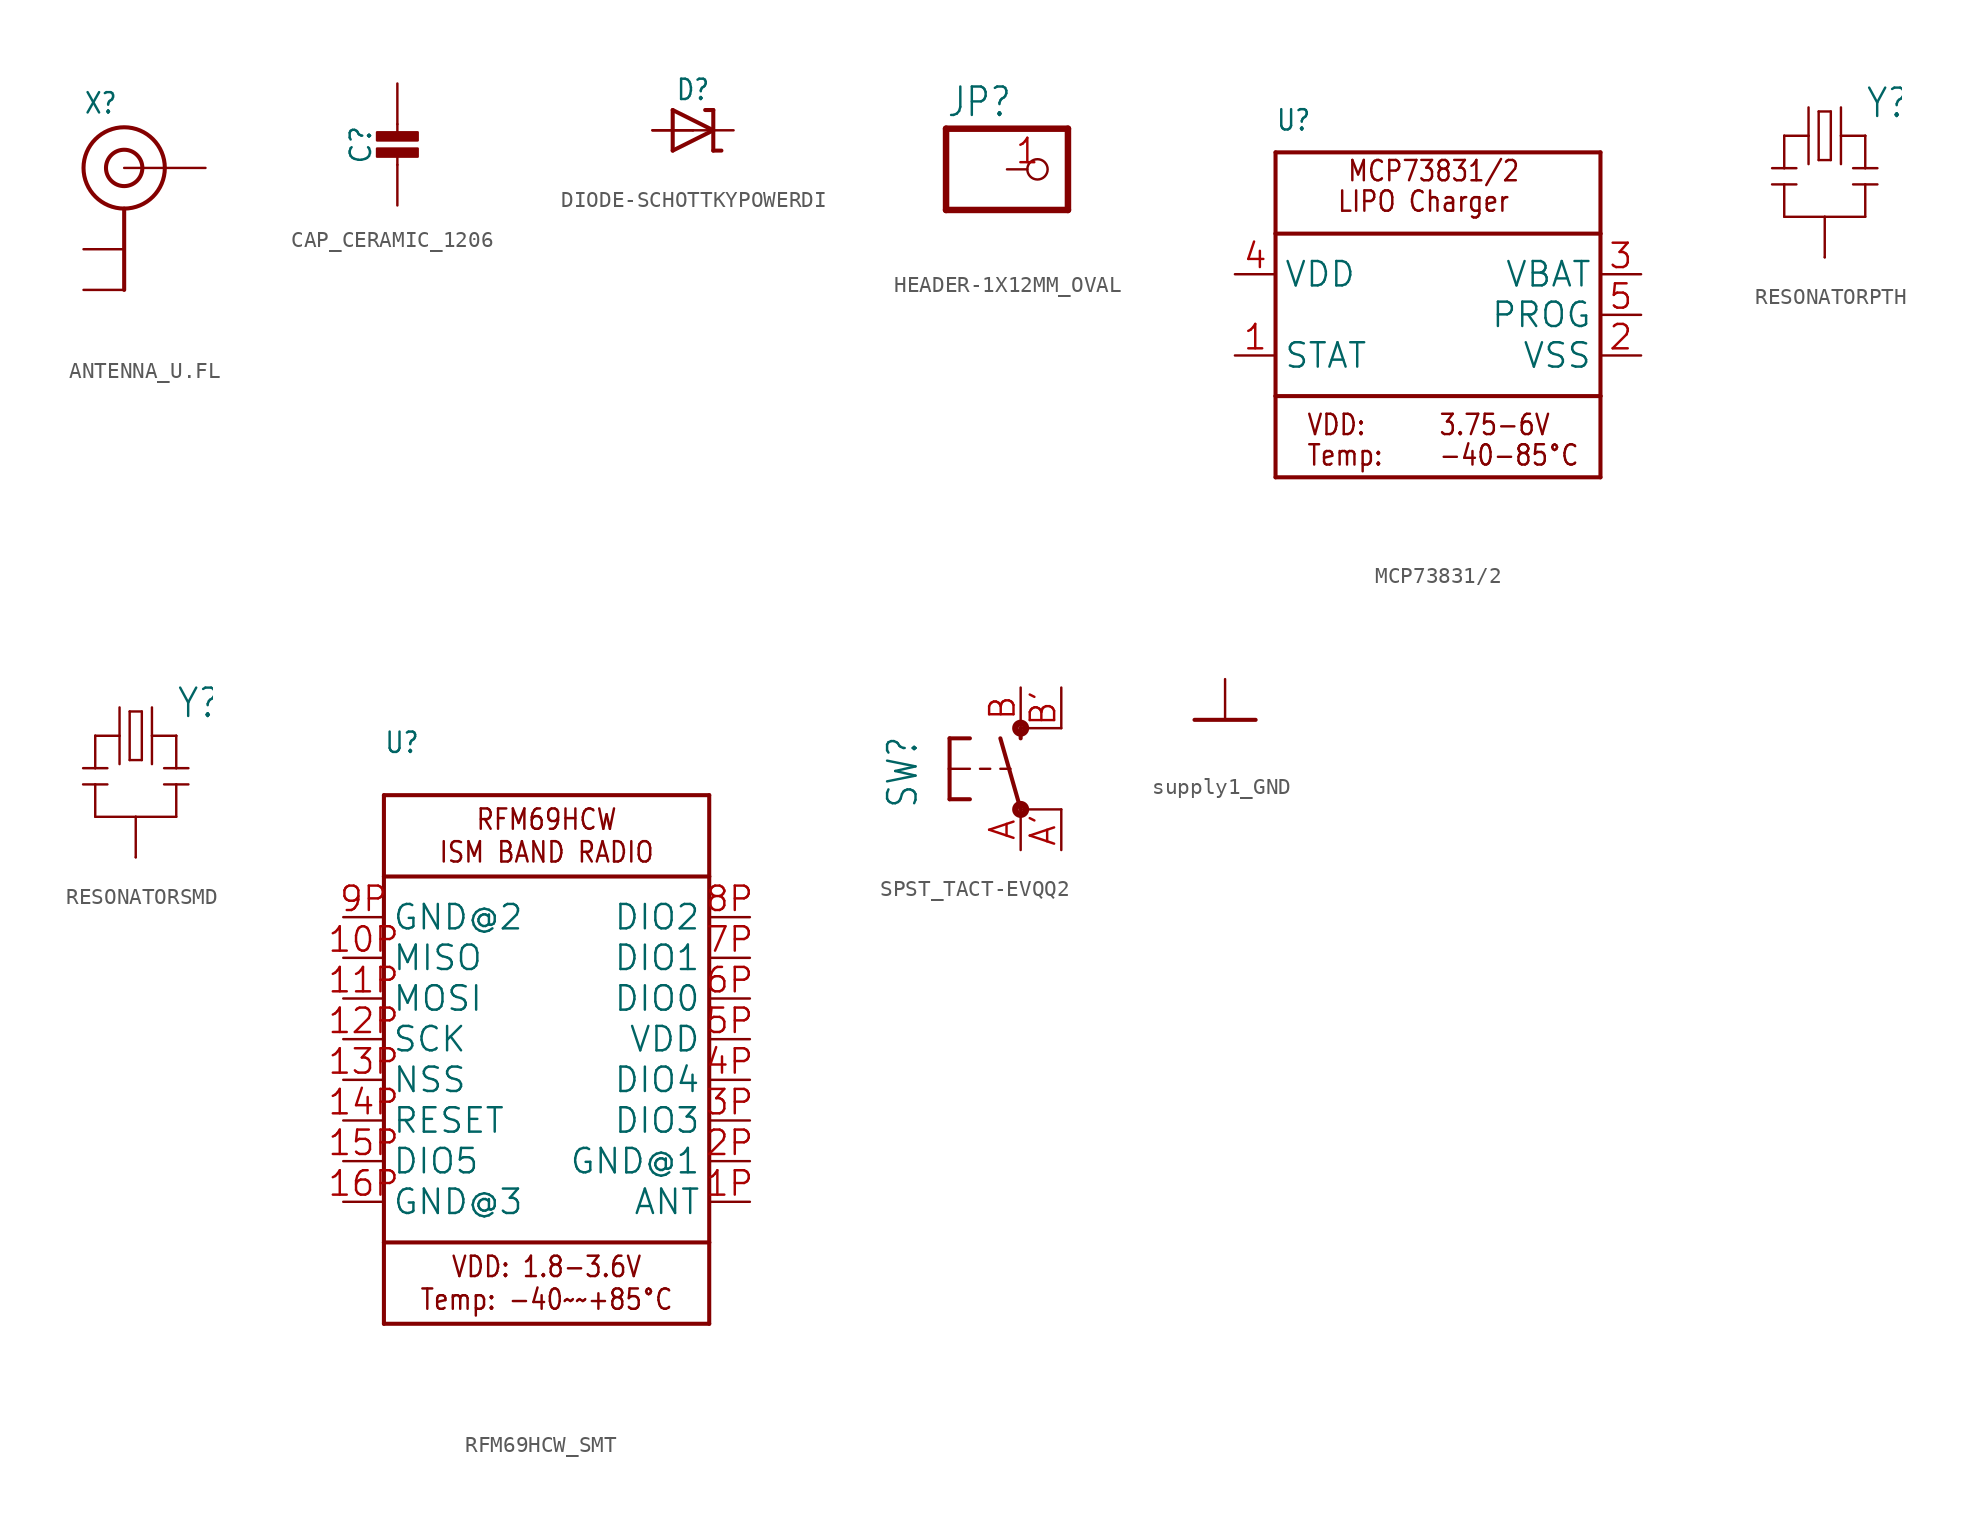
<source format=kicad_sym>
(kicad_symbol_lib
  (version 20241209)
  (generator "kicad_symbol_editor")
  (generator_version "9.0")
  (symbol "ANTENNA_U.FL"
    (property "Reference" "X"
      (at -2.54 3.302 0)
      (effects (font (size 1.27 1.079)) (justify left bottom)))
    (property "Value" ""
      (at -2.54 -10.16 0)
      (effects (font (size 1.27 1.079)) (justify left bottom)))
    (property "ki_locked" ""
      (at 0 0 0)
      (effects (font (size 1.27 1.27))))
    (symbol "ANTENNA_U.FL_1_0"
      (circle (center 0 0) (radius 1.136) (stroke (width 0.254) (type solid)) (fill (type none)))
      (circle (center 0 0) (radius 2.54) (stroke (width 0.254) (type solid)) (fill (type none)))
      (polyline (pts (xy 0 -2.54) (xy 0 -7.62)) (stroke (width 0.254) (type solid)) (fill (type none)))
      (pin passive line (at -2.54 -5.08 0) (length 2.54) (name "GND@0" (effects (font (size 0 0)))) (number "1" (effects (font (size 0 0)))))
      (pin passive line (at -2.54 -7.62 0) (length 2.54) (name "GND@1" (effects (font (size 0 0)))) (number "2" (effects (font (size 0 0)))))
      (pin passive line (at 5.08 0 180) (length 5.08) (name "SIGNAL" (effects (font (size 0 0)))) (number "3" (effects (font (size 0 0)))))))
  (symbol "CAP_CERAMIC_1206"
    (property "Reference" "C"
      (at -2.29 1.25 90)
      (effects (font (size 1.27 1.27))))
    (property "Value" ""
      (at 2.3 1.25 90)
      (effects (font (size 1.27 1.27))))
    (property "ki_locked" ""
      (at 0 0 0)
      (effects (font (size 1.27 1.27))))
    (symbol "CAP_CERAMIC_1206_1_0"
      (rectangle (start -1.27 1.524) (end 1.27 2.032) (stroke (width 0) (type default)) (fill (type outline)))
      (rectangle (start -1.27 0.508) (end 1.27 1.016) (stroke (width 0) (type default)) (fill (type outline)))
      (polyline (pts (xy 0 2.54) (xy 0 1.778)) (stroke (width 0.152) (type solid)) (fill (type none)))
      (polyline (pts (xy 0 0.762) (xy 0 0)) (stroke (width 0.152) (type solid)) (fill (type none)))
      (pin passive line (at 0 5.08 270) (length 2.54) (name "1" (effects (font (size 0 0)))) (number "1" (effects (font (size 0 0)))))
      (pin passive line (at 0 -2.54 90) (length 2.54) (name "2" (effects (font (size 0 0)))) (number "2" (effects (font (size 0 0)))))))
  (symbol "DIODE-SCHOTTKYPOWERDI"
    (property "Reference" "D"
      (at 0 2.54 0)
      (effects (font (size 1.27 1.079))))
    (property "Value" ""
      (at 0 -2.5 0)
      (effects (font (size 1.27 1.079))))
    (property "ki_locked" ""
      (at 0 0 0)
      (effects (font (size 1.27 1.27))))
    (symbol "DIODE-SCHOTTKYPOWERDI_1_0"
      (polyline (pts (xy -1.27 1.27) (xy -1.27 -1.27)) (stroke (width 0.254) (type solid)) (fill (type none)))
      (polyline (pts (xy -1.27 -1.27) (xy 1.27 0)) (stroke (width 0.254) (type solid)) (fill (type none)))
      (polyline (pts (xy 1.27 1.27) (xy 0.762 1.27)) (stroke (width 0.254) (type solid)) (fill (type none)))
      (polyline (pts (xy 1.27 1.27) (xy 1.27 0)) (stroke (width 0.254) (type solid)) (fill (type none)))
      (polyline (pts (xy 1.27 0) (xy -1.27 1.27)) (stroke (width 0.254) (type solid)) (fill (type none)))
      (polyline (pts (xy 1.27 0) (xy 1.27 -1.27)) (stroke (width 0.254) (type solid)) (fill (type none)))
      (polyline (pts (xy 1.27 -1.27) (xy 1.778 -1.27)) (stroke (width 0.254) (type solid)) (fill (type none)))
      (pin passive line (at -2.54 0 0) (length 2.54) (name "A" (effects (font (size 0 0)))) (number "A1" (effects (font (size 0 0)))))
      (pin passive line (at -2.54 0 0) (length 2.54) (name "A" (effects (font (size 0 0)))) (number "A2" (effects (font (size 0 0)))))
      (pin passive line (at 2.54 0 180) (length 2.54) (name "C" (effects (font (size 0 0)))) (number "C" (effects (font (size 0 0)))))))
  (symbol "HEADER-1X12MM_OVAL"
    (property "Reference" "JP"
      (at -6.35 3.175 0)
      (effects (font (size 1.778 1.511)) (justify left bottom)))
    (property "Value" ""
      (at -6.35 -5.08 0)
      (effects (font (size 1.778 1.511)) (justify left bottom)))
    (property "ki_locked" ""
      (at 0 0 0)
      (effects (font (size 1.27 1.27))))
    (symbol "HEADER-1X12MM_OVAL_1_0"
      (polyline (pts (xy -6.35 2.54) (xy -6.35 -2.54)) (stroke (width 0.406) (type solid)) (fill (type none)))
      (polyline (pts (xy -6.35 -2.54) (xy 1.27 -2.54)) (stroke (width 0.406) (type solid)) (fill (type none)))
      (polyline (pts (xy 1.27 2.54) (xy -6.35 2.54)) (stroke (width 0.406) (type solid)) (fill (type none)))
      (polyline (pts (xy 1.27 -2.54) (xy 1.27 2.54)) (stroke (width 0.406) (type solid)) (fill (type none)))
      (pin passive inverted (at -2.54 0 0) (length 2.54) (name "1" (effects (font (size 0 0)))) (number "1" (effects (font (size 1.524 1.524)))))))
  (symbol "MCP73831/2"
    (property "Reference" "U"
      (at -10.16 11.43 0)
      (effects (font (size 1.27 1.079)) (justify left bottom)))
    (property "Value" ""
      (at -10.16 -12.7 0)
      (effects (font (size 1.27 1.079)) (justify left bottom)))
    (property "ki_locked" ""
      (at 0 0 0)
      (effects (font (size 1.27 1.27))))
    (symbol "MCP73831/2_1_0"
      (polyline (pts (xy -10.16 10.16) (xy -10.16 5.08)) (stroke (width 0.254) (type solid)) (fill (type none)))
      (polyline (pts (xy -10.16 10.16) (xy 10.16 10.16)) (stroke (width 0.254) (type solid)) (fill (type none)))
      (polyline (pts (xy -10.16 5.08) (xy 10.16 5.08)) (stroke (width 0.254) (type solid)) (fill (type none)))
      (polyline (pts (xy -10.16 -5.08) (xy -10.16 5.08)) (stroke (width 0.254) (type solid)) (fill (type none)))
      (polyline (pts (xy -10.16 -5.08) (xy -10.16 -10.16)) (stroke (width 0.254) (type solid)) (fill (type none)))
      (polyline (pts (xy 10.16 10.16) (xy 10.16 5.08)) (stroke (width 0.254) (type solid)) (fill (type none)))
      (polyline (pts (xy 10.16 5.08) (xy 10.16 -5.08)) (stroke (width 0.254) (type solid)) (fill (type none)))
      (polyline (pts (xy 10.16 -5.08) (xy -10.16 -5.08)) (stroke (width 0.254) (type solid)) (fill (type none)))
      (polyline (pts (xy 10.16 -5.08) (xy 10.16 -10.16)) (stroke (width 0.254) (type solid)) (fill (type none)))
      (polyline (pts (xy 10.16 -10.16) (xy -10.16 -10.16)) (stroke (width 0.254) (type solid)) (fill (type none)))
      (text "VDD:" (at -8.255 -7.62 0) (effects (font (size 1.27 1.079)) (justify left bottom)))
      (text "Temp:" (at -8.255 -9.525 0) (effects (font (size 1.27 1.079)) (justify left bottom)))
      (text "LIPO Charger" (at -6.35 6.35 0) (effects (font (size 1.27 1.079)) (justify left bottom)))
      (text "MCP73831/2" (at -5.715 8.255 0) (effects (font (size 1.27 1.079)) (justify left bottom)))
      (text "3.75-6V" (at 0 -7.62 0) (effects (font (size 1.27 1.079)) (justify left bottom)))
      (text "-40-85°C" (at 0 -9.525 0) (effects (font (size 1.27 1.079)) (justify left bottom)))
      (pin power_in line (at -12.7 2.54 0) (length 2.54) (name "VDD" (effects (font (size 1.524 1.524)))) (number "4" (effects (font (size 1.524 1.524)))))
      (pin output line (at -12.7 -2.54 0) (length 2.54) (name "STAT" (effects (font (size 1.524 1.524)))) (number "1" (effects (font (size 1.524 1.524)))))
      (pin power_in line (at 12.7 2.54 180) (length 2.54) (name "VBAT" (effects (font (size 1.524 1.524)))) (number "3" (effects (font (size 1.524 1.524)))))
      (pin input line (at 12.7 0 180) (length 2.54) (name "PROG" (effects (font (size 1.524 1.524)))) (number "5" (effects (font (size 1.524 1.524)))))
      (pin power_in line (at 12.7 -2.54 180) (length 2.54) (name "VSS" (effects (font (size 1.524 1.524)))) (number "2" (effects (font (size 1.524 1.524)))))))
  (symbol "RESONATORPTH"
    (property "Reference" "Y"
      (at 2.54 1.016 0)
      (effects (font (size 1.778 1.511)) (justify left bottom)))
    (property "Value" ""
      (at 2.54 -7.62 0)
      (effects (font (size 1.778 1.511)) (justify left bottom)))
    (property "ki_locked" ""
      (at 0 0 0)
      (effects (font (size 1.27 1.27))))
    (symbol "RESONATORPTH_1_0"
      (polyline (pts (xy -2.54 0) (xy -1.016 0)) (stroke (width 0.152) (type solid)) (fill (type none)))
      (polyline (pts (xy -2.54 -2.032) (xy -3.302 -2.032)) (stroke (width 0.152) (type solid)) (fill (type none)))
      (polyline (pts (xy -2.54 -2.032) (xy -2.54 0)) (stroke (width 0.152) (type solid)) (fill (type none)))
      (polyline (pts (xy -2.54 -3.048) (xy -3.302 -3.048)) (stroke (width 0.152) (type solid)) (fill (type none)))
      (polyline (pts (xy -2.54 -3.048) (xy -2.54 -5.08)) (stroke (width 0.152) (type solid)) (fill (type none)))
      (polyline (pts (xy -1.778 -2.032) (xy -2.54 -2.032)) (stroke (width 0.152) (type solid)) (fill (type none)))
      (polyline (pts (xy -1.778 -3.048) (xy -2.54 -3.048)) (stroke (width 0.152) (type solid)) (fill (type none)))
      (polyline (pts (xy -1.016 1.778) (xy -1.016 0)) (stroke (width 0.152) (type solid)) (fill (type none)))
      (polyline (pts (xy -1.016 0) (xy -1.016 -1.778)) (stroke (width 0.152) (type solid)) (fill (type none)))
      (polyline (pts (xy -0.381 1.524) (xy -0.381 -1.524)) (stroke (width 0.152) (type solid)) (fill (type none)))
      (polyline (pts (xy -0.381 -1.524) (xy 0.381 -1.524)) (stroke (width 0.152) (type solid)) (fill (type none)))
      (polyline (pts (xy 0 -5.08) (xy -2.54 -5.08)) (stroke (width 0.152) (type solid)) (fill (type none)))
      (polyline (pts (xy 0 -5.08) (xy 0 -7.62)) (stroke (width 0.152) (type solid)) (fill (type none)))
      (polyline (pts (xy 0.381 1.524) (xy -0.381 1.524)) (stroke (width 0.152) (type solid)) (fill (type none)))
      (polyline (pts (xy 0.381 -1.524) (xy 0.381 1.524)) (stroke (width 0.152) (type solid)) (fill (type none)))
      (polyline (pts (xy 1.016 1.778) (xy 1.016 0)) (stroke (width 0.152) (type solid)) (fill (type none)))
      (polyline (pts (xy 1.016 0) (xy 1.016 -1.778)) (stroke (width 0.152) (type solid)) (fill (type none)))
      (polyline (pts (xy 1.016 0) (xy 2.54 0)) (stroke (width 0.152) (type solid)) (fill (type none)))
      (polyline (pts (xy 2.54 0) (xy 2.54 -2.032)) (stroke (width 0.152) (type solid)) (fill (type none)))
      (polyline (pts (xy 2.54 -2.032) (xy 1.778 -2.032)) (stroke (width 0.152) (type solid)) (fill (type none)))
      (polyline (pts (xy 2.54 -3.048) (xy 1.778 -3.048)) (stroke (width 0.152) (type solid)) (fill (type none)))
      (polyline (pts (xy 2.54 -3.048) (xy 2.54 -5.08)) (stroke (width 0.152) (type solid)) (fill (type none)))
      (polyline (pts (xy 2.54 -5.08) (xy 0 -5.08)) (stroke (width 0.152) (type solid)) (fill (type none)))
      (polyline (pts (xy 3.302 -2.032) (xy 2.54 -2.032)) (stroke (width 0.152) (type solid)) (fill (type none)))
      (polyline (pts (xy 3.302 -3.048) (xy 2.54 -3.048)) (stroke (width 0.152) (type solid)) (fill (type none)))
      (pin passive line (at -2.54 0 0) (length 0) (name "1" (effects (font (size 0 0)))) (number "1" (effects (font (size 0 0)))))
      (pin passive line (at 0 -7.62 90) (length 0) (name "2" (effects (font (size 0 0)))) (number "2" (effects (font (size 0 0)))))
      (pin passive line (at 2.54 0 180) (length 0) (name "3" (effects (font (size 0 0)))) (number "3" (effects (font (size 0 0)))))))
  (symbol "RESONATORSMD"
    (property "Reference" "Y"
      (at 2.54 1.016 0)
      (effects (font (size 1.778 1.511)) (justify left bottom)))
    (property "Value" ""
      (at 2.54 -7.62 0)
      (effects (font (size 1.778 1.511)) (justify left bottom)))
    (property "ki_locked" ""
      (at 0 0 0)
      (effects (font (size 1.27 1.27))))
    (symbol "RESONATORSMD_1_0"
      (polyline (pts (xy -2.54 0) (xy -1.016 0)) (stroke (width 0.152) (type solid)) (fill (type none)))
      (polyline (pts (xy -2.54 -2.032) (xy -3.302 -2.032)) (stroke (width 0.152) (type solid)) (fill (type none)))
      (polyline (pts (xy -2.54 -2.032) (xy -2.54 0)) (stroke (width 0.152) (type solid)) (fill (type none)))
      (polyline (pts (xy -2.54 -3.048) (xy -3.302 -3.048)) (stroke (width 0.152) (type solid)) (fill (type none)))
      (polyline (pts (xy -2.54 -3.048) (xy -2.54 -5.08)) (stroke (width 0.152) (type solid)) (fill (type none)))
      (polyline (pts (xy -1.778 -2.032) (xy -2.54 -2.032)) (stroke (width 0.152) (type solid)) (fill (type none)))
      (polyline (pts (xy -1.778 -3.048) (xy -2.54 -3.048)) (stroke (width 0.152) (type solid)) (fill (type none)))
      (polyline (pts (xy -1.016 1.778) (xy -1.016 0)) (stroke (width 0.152) (type solid)) (fill (type none)))
      (polyline (pts (xy -1.016 0) (xy -1.016 -1.778)) (stroke (width 0.152) (type solid)) (fill (type none)))
      (polyline (pts (xy -0.381 1.524) (xy -0.381 -1.524)) (stroke (width 0.152) (type solid)) (fill (type none)))
      (polyline (pts (xy -0.381 -1.524) (xy 0.381 -1.524)) (stroke (width 0.152) (type solid)) (fill (type none)))
      (polyline (pts (xy 0 -5.08) (xy -2.54 -5.08)) (stroke (width 0.152) (type solid)) (fill (type none)))
      (polyline (pts (xy 0 -5.08) (xy 0 -7.62)) (stroke (width 0.152) (type solid)) (fill (type none)))
      (polyline (pts (xy 0.381 1.524) (xy -0.381 1.524)) (stroke (width 0.152) (type solid)) (fill (type none)))
      (polyline (pts (xy 0.381 -1.524) (xy 0.381 1.524)) (stroke (width 0.152) (type solid)) (fill (type none)))
      (polyline (pts (xy 1.016 1.778) (xy 1.016 0)) (stroke (width 0.152) (type solid)) (fill (type none)))
      (polyline (pts (xy 1.016 0) (xy 1.016 -1.778)) (stroke (width 0.152) (type solid)) (fill (type none)))
      (polyline (pts (xy 1.016 0) (xy 2.54 0)) (stroke (width 0.152) (type solid)) (fill (type none)))
      (polyline (pts (xy 2.54 0) (xy 2.54 -2.032)) (stroke (width 0.152) (type solid)) (fill (type none)))
      (polyline (pts (xy 2.54 -2.032) (xy 1.778 -2.032)) (stroke (width 0.152) (type solid)) (fill (type none)))
      (polyline (pts (xy 2.54 -3.048) (xy 1.778 -3.048)) (stroke (width 0.152) (type solid)) (fill (type none)))
      (polyline (pts (xy 2.54 -3.048) (xy 2.54 -5.08)) (stroke (width 0.152) (type solid)) (fill (type none)))
      (polyline (pts (xy 2.54 -5.08) (xy 0 -5.08)) (stroke (width 0.152) (type solid)) (fill (type none)))
      (polyline (pts (xy 3.302 -2.032) (xy 2.54 -2.032)) (stroke (width 0.152) (type solid)) (fill (type none)))
      (polyline (pts (xy 3.302 -3.048) (xy 2.54 -3.048)) (stroke (width 0.152) (type solid)) (fill (type none)))
      (pin passive line (at -2.54 0 0) (length 0) (name "1" (effects (font (size 0 0)))) (number "1" (effects (font (size 0 0)))))
      (pin passive line (at 0 -7.62 90) (length 0) (name "2" (effects (font (size 0 0)))) (number "2" (effects (font (size 0 0)))))
      (pin passive line (at 2.54 0 180) (length 0) (name "3" (effects (font (size 0 0)))) (number "3" (effects (font (size 0 0)))))))
  (symbol "RFM69HCW_SMT"
    (property "Reference" "U"
      (at -10.16 17.78 0)
      (effects (font (size 1.27 1.079)) (justify left bottom)))
    (property "Value" ""
      (at -10.16 -20.32 0)
      (effects (font (size 1.27 1.079)) (justify left bottom)))
    (property "ki_locked" ""
      (at 0 0 0)
      (effects (font (size 1.27 1.27))))
    (symbol "RFM69HCW_SMT_1_0"
      (polyline (pts (xy -10.16 15.24) (xy 10.16 15.24)) (stroke (width 0.254) (type solid)) (fill (type none)))
      (polyline (pts (xy -10.16 10.16) (xy -10.16 15.24)) (stroke (width 0.254) (type solid)) (fill (type none)))
      (polyline (pts (xy -10.16 10.16) (xy 10.16 10.16)) (stroke (width 0.254) (type solid)) (fill (type none)))
      (polyline (pts (xy -10.16 -12.7) (xy -10.16 10.16)) (stroke (width 0.254) (type solid)) (fill (type none)))
      (polyline (pts (xy -10.16 -12.7) (xy -10.16 -17.78)) (stroke (width 0.254) (type solid)) (fill (type none)))
      (polyline (pts (xy -10.16 -17.78) (xy 10.16 -17.78)) (stroke (width 0.254) (type solid)) (fill (type none)))
      (polyline (pts (xy 10.16 15.24) (xy 10.16 10.16)) (stroke (width 0.254) (type solid)) (fill (type none)))
      (polyline (pts (xy 10.16 10.16) (xy 10.16 -12.7)) (stroke (width 0.254) (type solid)) (fill (type none)))
      (polyline (pts (xy 10.16 -12.7) (xy -10.16 -12.7)) (stroke (width 0.254) (type solid)) (fill (type none)))
      (polyline (pts (xy 10.16 -17.78) (xy 10.16 -12.7)) (stroke (width 0.254) (type solid)) (fill (type none)))
      (text "RFM69HCW\nISM BAND RADIO" (at 0 12.7 0) (effects (font (size 1.27 1.079))))
      (text "VDD: 1.8-3.6V\nTemp: -40~~+85°C" (at 0 -15.24 0) (effects (font (size 1.27 1.079))))
      (pin power_in line (at -12.7 7.62 0) (length 2.54) (name "GND@2" (effects (font (size 1.524 1.524)))) (number "9P" (effects (font (size 1.524 1.524)))))
      (pin output line (at -12.7 5.08 0) (length 2.54) (name "MISO" (effects (font (size 1.524 1.524)))) (number "10P" (effects (font (size 1.524 1.524)))))
      (pin input line (at -12.7 2.54 0) (length 2.54) (name "MOSI" (effects (font (size 1.524 1.524)))) (number "11P" (effects (font (size 1.524 1.524)))))
      (pin input line (at -12.7 0 0) (length 2.54) (name "SCK" (effects (font (size 1.524 1.524)))) (number "12P" (effects (font (size 1.524 1.524)))))
      (pin input line (at -12.7 -2.54 0) (length 2.54) (name "NSS" (effects (font (size 1.524 1.524)))) (number "13P" (effects (font (size 1.524 1.524)))))
      (pin input line (at -12.7 -5.08 0) (length 2.54) (name "RESET" (effects (font (size 1.524 1.524)))) (number "14P" (effects (font (size 1.524 1.524)))))
      (pin bidirectional line (at -12.7 -7.62 0) (length 2.54) (name "DIO5" (effects (font (size 1.524 1.524)))) (number "15P" (effects (font (size 1.524 1.524)))))
      (pin power_in line (at -12.7 -10.16 0) (length 2.54) (name "GND@3" (effects (font (size 1.524 1.524)))) (number "16P" (effects (font (size 1.524 1.524)))))
      (pin bidirectional line (at 12.7 7.62 180) (length 2.54) (name "DIO2" (effects (font (size 1.524 1.524)))) (number "8P" (effects (font (size 1.524 1.524)))))
      (pin bidirectional line (at 12.7 5.08 180) (length 2.54) (name "DIO1" (effects (font (size 1.524 1.524)))) (number "7P" (effects (font (size 1.524 1.524)))))
      (pin bidirectional line (at 12.7 2.54 180) (length 2.54) (name "DIO0" (effects (font (size 1.524 1.524)))) (number "6P" (effects (font (size 1.524 1.524)))))
      (pin power_in line (at 12.7 0 180) (length 2.54) (name "VDD" (effects (font (size 1.524 1.524)))) (number "5P" (effects (font (size 1.524 1.524)))))
      (pin bidirectional line (at 12.7 -2.54 180) (length 2.54) (name "DIO4" (effects (font (size 1.524 1.524)))) (number "4P" (effects (font (size 1.524 1.524)))))
      (pin bidirectional line (at 12.7 -5.08 180) (length 2.54) (name "DIO3" (effects (font (size 1.524 1.524)))) (number "3P" (effects (font (size 1.524 1.524)))))
      (pin power_in line (at 12.7 -7.62 180) (length 2.54) (name "GND@1" (effects (font (size 1.524 1.524)))) (number "2P" (effects (font (size 1.524 1.524)))))
      (pin bidirectional line (at 12.7 -10.16 180) (length 2.54) (name "ANT" (effects (font (size 1.524 1.524)))) (number "1P" (effects (font (size 1.524 1.524)))))))
  (symbol "SPST_TACT-EVQQ2"
    (property "Reference" "SW"
      (at -6.35 -2.54 90)
      (effects (font (size 1.778 1.511)) (justify left bottom)))
    (property "Value" ""
      (at -3.81 3.175 90)
      (effects (font (size 1.778 1.511)) (justify left bottom)))
    (property "ki_locked" ""
      (at 0 0 0)
      (effects (font (size 1.27 1.27))))
    (symbol "SPST_TACT-EVQQ2_1_0"
      (polyline (pts (xy -4.445 1.905) (xy -4.445 0)) (stroke (width 0.254) (type solid)) (fill (type none)))
      (polyline (pts (xy -4.445 1.905) (xy -3.175 1.905)) (stroke (width 0.254) (type solid)) (fill (type none)))
      (polyline (pts (xy -4.445 0) (xy -4.445 -1.905)) (stroke (width 0.254) (type solid)) (fill (type none)))
      (polyline (pts (xy -4.445 0) (xy -3.175 0)) (stroke (width 0.152) (type solid)) (fill (type none)))
      (polyline (pts (xy -4.445 -1.905) (xy -3.175 -1.905)) (stroke (width 0.254) (type solid)) (fill (type none)))
      (polyline (pts (xy -2.54 0) (xy -1.905 0)) (stroke (width 0.152) (type solid)) (fill (type none)))
      (polyline (pts (xy -1.27 0) (xy -0.635 0)) (stroke (width 0.152) (type solid)) (fill (type none)))
      (circle (center 0 2.54) (radius 0.127) (stroke (width 0.406) (type solid)) (fill (type none)))
      (polyline (pts (xy 0 1.905) (xy 0 2.54)) (stroke (width 0.254) (type solid)) (fill (type none)))
      (polyline (pts (xy 0 -2.54) (xy -1.27 1.905)) (stroke (width 0.254) (type solid)) (fill (type none)))
      (circle (center 0 -2.54) (radius 0.127) (stroke (width 0.406) (type solid)) (fill (type none)))
      (polyline (pts (xy 2.54 2.54) (xy 0 2.54)) (stroke (width 0.152) (type solid)) (fill (type none)))
      (polyline (pts (xy 2.54 -2.54) (xy 0 -2.54)) (stroke (width 0.152) (type solid)) (fill (type none)))
      (pin passive line (at 0 5.08 270) (length 2.54) (name "S" (effects (font (size 0 0)))) (number "B" (effects (font (size 1.524 1.524)))))
      (pin passive line (at 0 -5.08 90) (length 2.54) (name "P" (effects (font (size 0 0)))) (number "A" (effects (font (size 1.524 1.524)))))
      (pin passive line (at 2.54 5.08 270) (length 2.54) (name "S1" (effects (font (size 0 0)))) (number "B'" (effects (font (size 1.524 1.524)))))
      (pin passive line (at 2.54 -5.08 90) (length 2.54) (name "P1" (effects (font (size 0 0)))) (number "A'" (effects (font (size 1.524 1.524)))))))
  (symbol "supply1_GND"
    (power)
    (property "Reference" "#GND"
      (at 0 0 0)
      (effects (font (size 1.27 1.27)) (hide yes)))
    (property "Value" ""
      (at -2.54 -2.54 0)
      (effects (font (size 1.778 1.511)) (justify left bottom)))
    (property "ki_locked" ""
      (at 0 0 0)
      (effects (font (size 1.27 1.27))))
    (symbol "supply1_GND_1_0"
      (polyline (pts (xy -1.905 0) (xy 1.905 0)) (stroke (width 0.254) (type solid)) (fill (type none)))
      (pin power_in line (at 0 2.54 270) (length 2.54) (name "GND" (effects (font (size 0 0)))) (number "1" (effects (font (size 0 0))))))))
</source>
